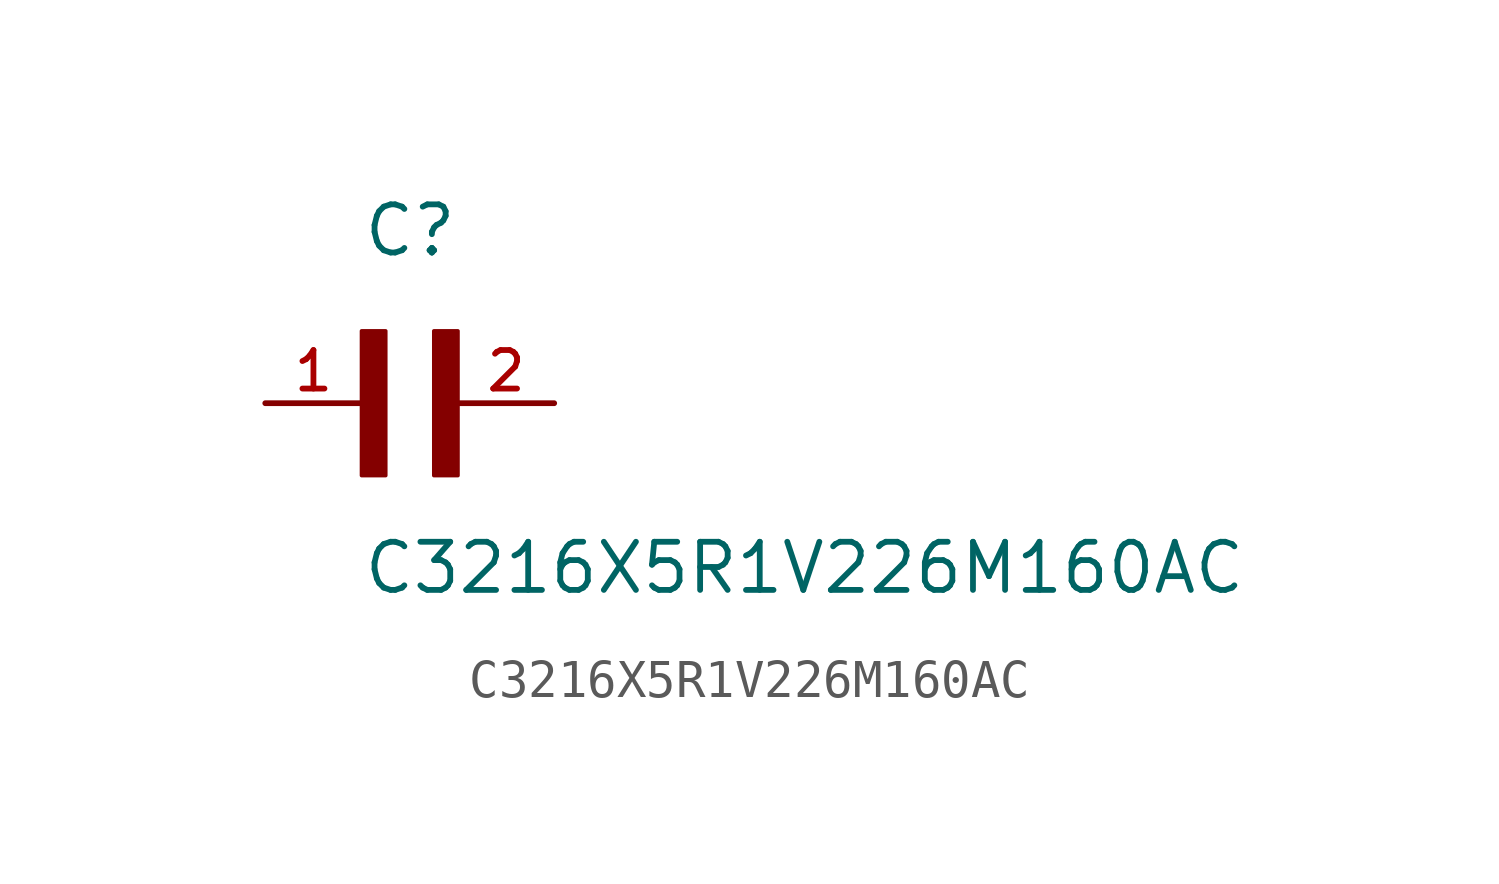
<source format=kicad_sym>
(kicad_symbol_lib
  (version 20211014)
  (generator kicad_symbol_editor)
  (symbol "C3216X5R1V226M160AC"
    (pin_names
      (offset 1.016))
    (property "Reference" "C"
      (at 0.0 3.811 0)
      (effects (font (size 1.27 1.27)) (justify bottom left)))
    (property "Value" "C3216X5R1V226M160AC"
      (at 0.0 -5.088 0)
      (effects (font (size 1.27 1.27)) (justify bottom left)))
    (symbol "C3216X5R1V226M160AC_0_0"
      (rectangle (start 0.0 -1.907) (end 0.635 1.905) (stroke (width 0.1)) (fill (type outline)))
      (rectangle (start 1.907 -1.907) (end 2.54 1.905) (stroke (width 0.1)) (fill (type outline)))
      (pin passive line (at 5.08 0.0 180.0) (length 2.54) (name "~" (effects (font (size 1.016 1.016)))) (number "2" (effects (font (size 1.016 1.016)))))
      (pin passive line (at -2.54 0.0 0) (length 2.54) (name "~" (effects (font (size 1.016 1.016)))) (number "1" (effects (font (size 1.016 1.016))))))))
</source>
